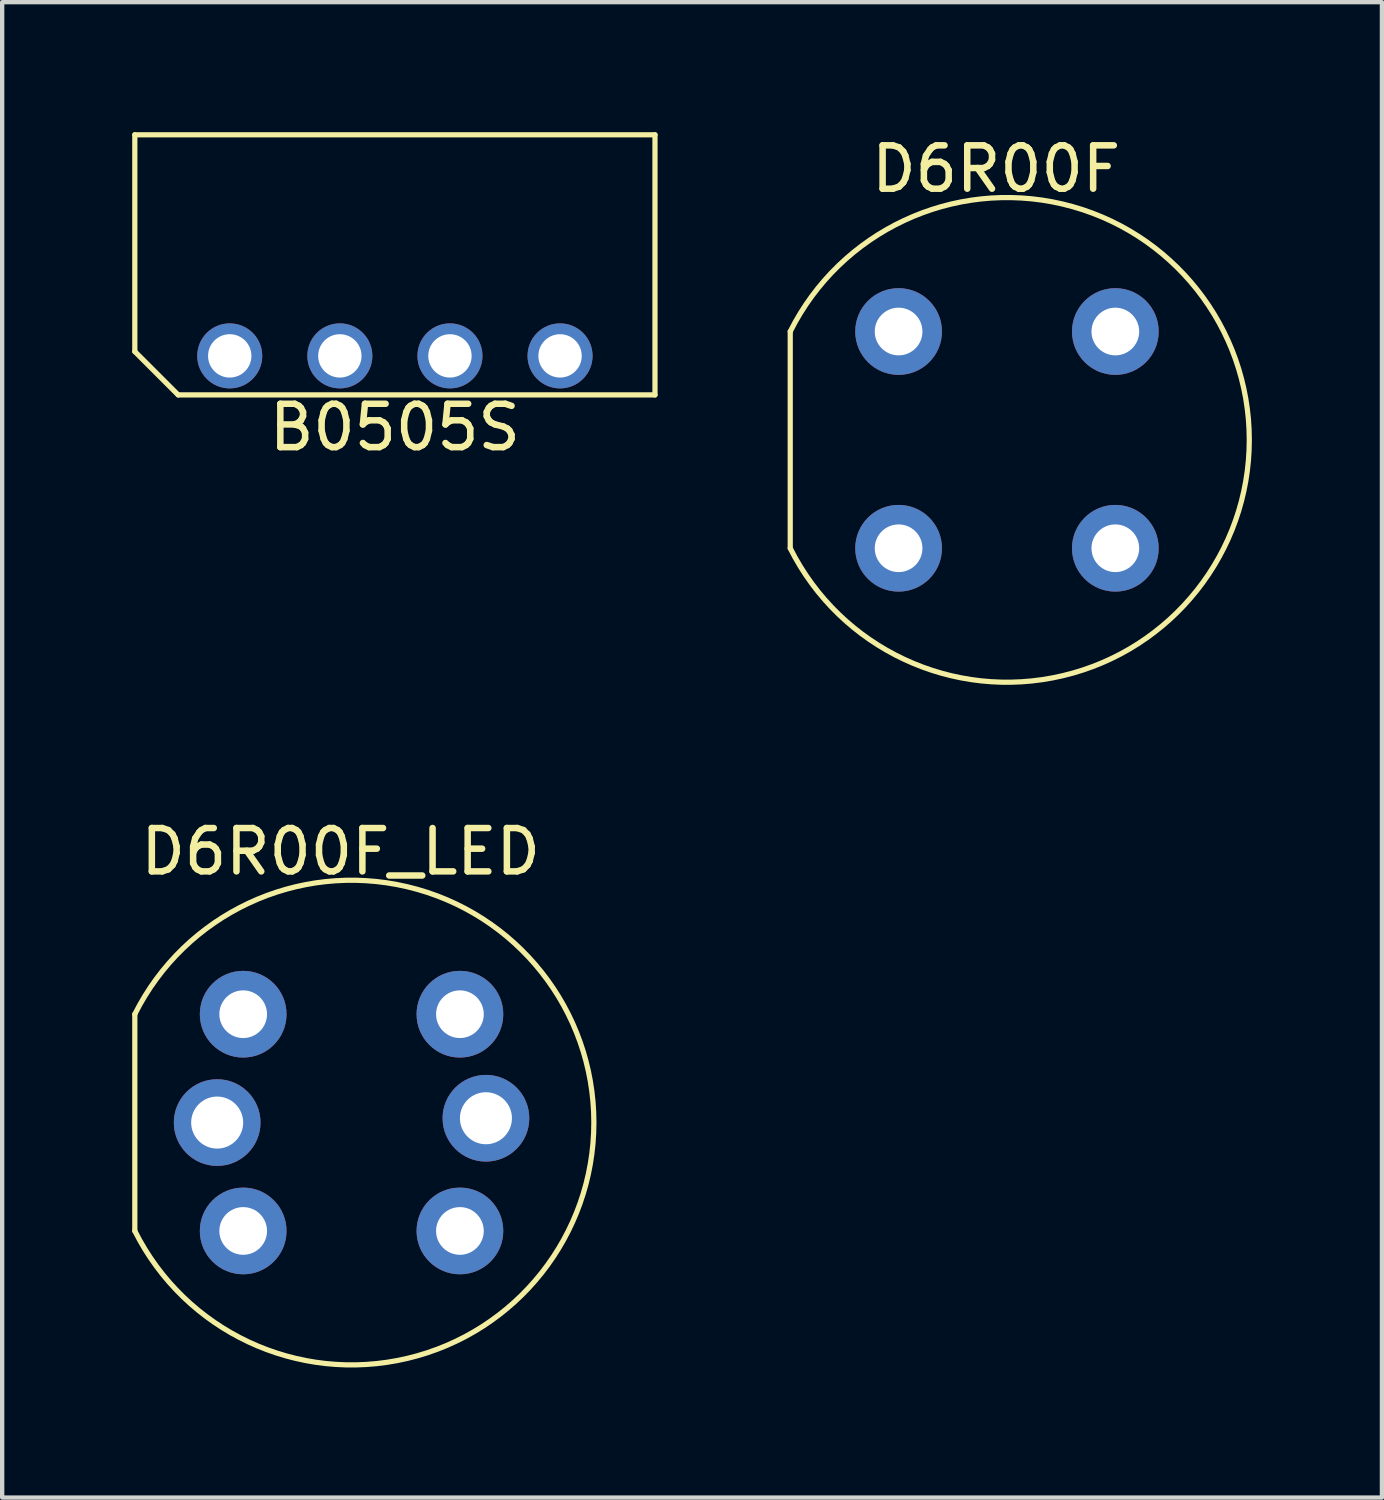
<source format=kicad_pcb>
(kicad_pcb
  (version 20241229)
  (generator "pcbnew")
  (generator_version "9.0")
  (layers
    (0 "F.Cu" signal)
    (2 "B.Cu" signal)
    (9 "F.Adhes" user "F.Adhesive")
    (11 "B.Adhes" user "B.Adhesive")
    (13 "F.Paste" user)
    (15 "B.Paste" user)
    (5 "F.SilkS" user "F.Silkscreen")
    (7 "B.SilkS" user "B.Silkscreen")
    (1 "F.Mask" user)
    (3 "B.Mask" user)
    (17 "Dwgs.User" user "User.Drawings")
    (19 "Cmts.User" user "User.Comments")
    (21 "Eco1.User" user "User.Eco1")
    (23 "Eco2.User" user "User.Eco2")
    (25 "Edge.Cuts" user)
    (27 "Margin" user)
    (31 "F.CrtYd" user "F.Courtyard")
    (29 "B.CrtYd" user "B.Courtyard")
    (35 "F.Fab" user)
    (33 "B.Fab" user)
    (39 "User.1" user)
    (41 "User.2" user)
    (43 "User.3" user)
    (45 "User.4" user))
  (footprint "B0505S"
    (layer "F.Cu")
    (at 6.06 5.16)
    (property "Reference" "B0505S" (at 0 1.65 0) (layer "F.SilkS") (effects (font (size 1 1) (thickness 0.15))))
    (attr through_hole)
    (fp_line (start -6 -5.1) (end 6 -5.1) (stroke (width 0.12) (type solid)) (layer "F.SilkS"))
    (fp_line (start -6 -0.1) (end -6 -5.1) (stroke (width 0.12) (type solid)) (layer "F.SilkS"))
    (fp_line (start -5 0.9) (end -6 -0.1) (stroke (width 0.12) (type solid)) (layer "F.SilkS"))
    (fp_line (start 6 -5.1) (end 6 0.9) (stroke (width 0.12) (type solid)) (layer "F.SilkS"))
    (fp_line (start 6 0.9) (end -5 0.9) (stroke (width 0.12) (type solid)) (layer "F.SilkS"))
    (pad "1" thru_hole circle (at -3.81 0) (size 1.5 1.5) (drill 1) (layers "*.Cu" "*.Mask"))
    (pad "2" thru_hole circle (at -1.27 0) (size 1.5 1.5) (drill 1) (layers "*.Cu" "*.Mask"))
    (pad "3" thru_hole circle (at 1.27 0) (size 1.5 1.5) (drill 1) (layers "*.Cu" "*.Mask"))
    (pad "4" thru_hole circle (at 3.81 0) (size 1.5 1.5) (drill 1) (layers "*.Cu" "*.Mask")))
  (footprint "D6R00F_LED"
    (layer "F.Cu")
    (at 5.06 22.847)
    (property "Reference" "D6R00F_LED" (at -0.25 -6.25 0) (layer "F.SilkS") (effects (font (size 1 1) (thickness 0.15))))
    (attr through_hole)
    (fp_line (start -5 -2.5) (end -5 2.5) (stroke (width 0.12) (type solid)) (layer "F.SilkS"))
    (fp_arc (start -5 -2.5) (mid 5.59017 0) (end -5 2.5) (stroke (width 0.12) (type solid)) (layer "F.SilkS"))
    (fp_circle (center 0 0) (end 4.75 0) (stroke (width 0.1) (type default)) (fill no) (layer "Eco1.User"))
    (pad "1" thru_hole circle (at -2.5 -2.5) (size 2 2) (drill 1.1) (layers "*.Cu" "*.Mask"))
    (pad "1" thru_hole circle (at 2.5 -2.5) (size 2 2) (drill 1.1) (layers "*.Cu" "*.Mask"))
    (pad "2" thru_hole circle (at -3.1 0) (size 2 2) (drill 1.2) (layers "*.Cu" "*.Mask"))
    (pad "3" thru_hole circle (at 3.1 -0.1) (size 2 2) (drill 1.2) (layers "*.Cu" "*.Mask"))
    (pad "4" thru_hole circle (at -2.5 2.5) (size 2 2) (drill 1.1) (layers "*.Cu" "*.Mask"))
    (pad "4" thru_hole circle (at 2.5 2.5) (size 2 2) (drill 1.1) (layers "*.Cu" "*.Mask")))
  (footprint "D6R00F"
    (layer "F.Cu")
    (at 20.18 7.098)
    (property "Reference" "D6R00F" (at -0.25 -6.25 0) (layer "F.SilkS") (effects (font (size 1 1) (thickness 0.15))))
    (attr through_hole)
    (fp_line (start -5 -2.5) (end -5 2.5) (stroke (width 0.12) (type solid)) (layer "F.SilkS"))
    (fp_arc (start -5 -2.5) (mid 5.59017 0) (end -5 2.5) (stroke (width 0.12) (type solid)) (layer "F.SilkS"))
    (pad "1" thru_hole circle (at -2.5 -2.5) (size 2 2) (drill 1.1) (layers "*.Cu" "*.Mask"))
    (pad "1" thru_hole circle (at 2.5 -2.5) (size 2 2) (drill 1.1) (layers "*.Cu" "*.Mask"))
    (pad "2" thru_hole circle (at -2.5 2.5) (size 2 2) (drill 1.1) (layers "*.Cu" "*.Mask"))
    (pad "2" thru_hole circle (at 2.5 2.5) (size 2 2) (drill 1.1) (layers "*.Cu" "*.Mask")))
  (gr_rect
    (start -3 -3)
    (end 28.83 31.497)
    (stroke (width 0.1) (type default))
    (fill no)
    (layer "Edge.Cuts")))
</source>
